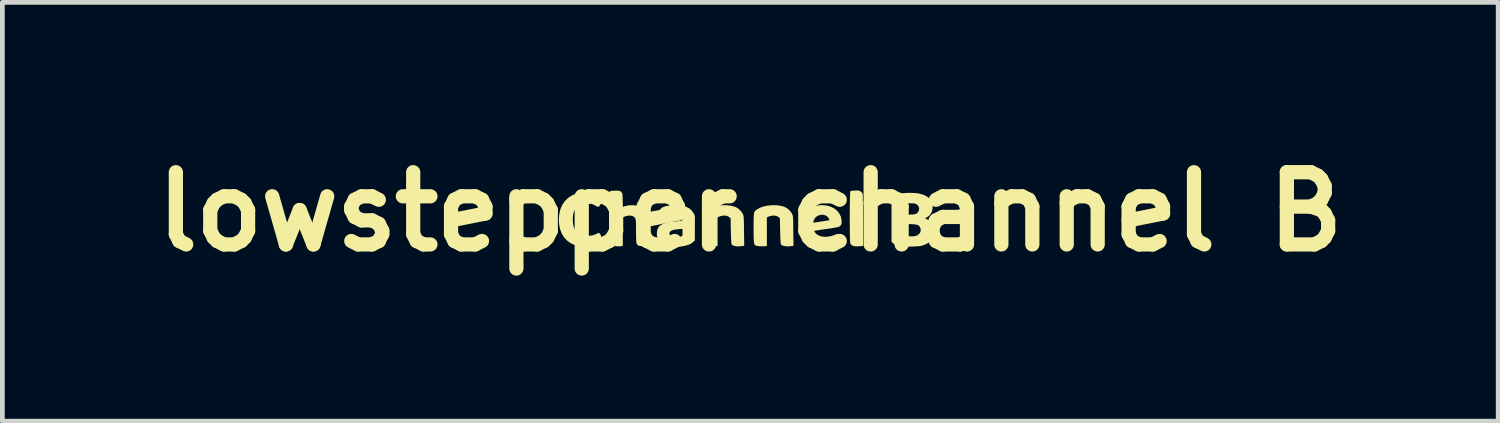
<source format=kicad_pcb>
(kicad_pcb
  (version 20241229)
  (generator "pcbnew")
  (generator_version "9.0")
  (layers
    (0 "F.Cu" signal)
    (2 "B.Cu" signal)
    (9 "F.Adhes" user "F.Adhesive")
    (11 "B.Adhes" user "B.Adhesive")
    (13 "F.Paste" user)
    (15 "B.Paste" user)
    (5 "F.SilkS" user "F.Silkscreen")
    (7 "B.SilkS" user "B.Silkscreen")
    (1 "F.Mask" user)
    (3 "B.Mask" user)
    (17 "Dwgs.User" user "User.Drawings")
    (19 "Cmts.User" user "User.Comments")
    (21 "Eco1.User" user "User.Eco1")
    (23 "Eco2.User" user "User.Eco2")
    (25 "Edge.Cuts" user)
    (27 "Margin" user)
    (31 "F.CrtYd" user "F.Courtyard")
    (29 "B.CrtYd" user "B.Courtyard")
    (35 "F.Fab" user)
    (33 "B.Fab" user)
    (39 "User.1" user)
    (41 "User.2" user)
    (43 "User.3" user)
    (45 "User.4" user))
  (footprint "lowstepper channel B"
    (layer "F.Cu")
    (at 12.78 1.418)
    (property "Reference" "lowstepper channel B" (at 0 0 0) (layer "F.SilkS") (effects (font (size 1.524 1.524) (thickness 0.3))))
    (attr board_only exclude_from_pos_files exclude_from_bom)
    (fp_poly (pts (xy 2.282 -0.448) (xy 2.303 -0.443) (xy 2.321 -0.434) (xy 2.33 -0.428) (xy 2.353 -0.407) (xy 2.369 -0.385) (xy 2.371 -0.38) (xy 2.372 -0.365) (xy 2.374 -0.333) (xy 2.375 -0.284) (xy 2.376 -0.221) (xy 2.377 -0.146) (xy 2.378 -0.061) (xy 2.378 0.033) (xy 2.379 0.133) (xy 2.379 0.181) (xy 2.38 0.717) (xy 2.342 0.724) (xy 2.309 0.727) (xy 2.269 0.729) (xy 2.229 0.729) (xy 2.196 0.726) (xy 2.18 0.723) (xy 2.141 0.706) (xy 2.118 0.683) (xy 2.11 0.667) (xy 2.108 0.65) (xy 2.106 0.616) (xy 2.104 0.567) (xy 2.102 0.505) (xy 2.101 0.433) (xy 2.1 0.353) (xy 2.1 0.267) (xy 2.099 0.177) (xy 2.099 0.085) (xy 2.1 -0.005) (xy 2.1 -0.093) (xy 2.101 -0.175) (xy 2.103 -0.25) (xy 2.104 -0.316) (xy 2.106 -0.369) (xy 2.108 -0.408) (xy 2.111 -0.431) (xy 2.112 -0.436) (xy 2.128 -0.44) (xy 2.157 -0.444) (xy 2.196 -0.447) (xy 2.21 -0.448) (xy 2.253 -0.449)) (stroke (width 0) (type solid)) (fill yes) (layer "F.SilkS"))
    (fp_poly (pts (xy -0.416 -0.129) (xy -0.337 -0.11) (xy -0.29 -0.09) (xy -0.236 -0.053) (xy -0.189 -0.004) (xy -0.156 0.049) (xy -0.15 0.063) (xy -0.146 0.078) (xy -0.142 0.096) (xy -0.139 0.12) (xy -0.137 0.152) (xy -0.135 0.194) (xy -0.134 0.249) (xy -0.133 0.32) (xy -0.132 0.406) (xy -0.128 0.717) (xy -0.167 0.723) (xy -0.231 0.73) (xy -0.29 0.729) (xy -0.339 0.72) (xy -0.375 0.705) (xy -0.393 0.686) (xy -0.397 0.67) (xy -0.401 0.637) (xy -0.404 0.586) (xy -0.407 0.518) (xy -0.409 0.43) (xy -0.41 0.403) (xy -0.415 0.14) (xy -0.442 0.113) (xy -0.476 0.092) (xy -0.521 0.081) (xy -0.572 0.081) (xy -0.623 0.091) (xy -0.644 0.098) (xy -0.69 0.119) (xy -0.69 0.718) (xy -0.713 0.724) (xy -0.74 0.728) (xy -0.781 0.729) (xy -0.826 0.728) (xy -0.869 0.725) (xy -0.902 0.72) (xy -0.907 0.719) (xy -0.924 0.713) (xy -0.937 0.706) (xy -0.948 0.694) (xy -0.956 0.677) (xy -0.961 0.652) (xy -0.965 0.616) (xy -0.968 0.569) (xy -0.969 0.507) (xy -0.97 0.429) (xy -0.97 0.345) (xy -0.97 0.253) (xy -0.969 0.179) (xy -0.968 0.121) (xy -0.966 0.076) (xy -0.962 0.042) (xy -0.956 0.016) (xy -0.948 -0.003) (xy -0.938 -0.018) (xy -0.924 -0.031) (xy -0.907 -0.044) (xy -0.845 -0.081) (xy -0.769 -0.109) (xy -0.684 -0.128) (xy -0.594 -0.138) (xy -0.503 -0.139)) (stroke (width 0) (type solid)) (fill yes) (layer "F.SilkS"))
    (fp_poly (pts (xy 0.624 -0.129) (xy 0.703 -0.11) (xy 0.75 -0.09) (xy 0.804 -0.053) (xy 0.851 -0.004) (xy 0.884 0.049) (xy 0.89 0.063) (xy 0.894 0.078) (xy 0.898 0.096) (xy 0.901 0.12) (xy 0.903 0.152) (xy 0.905 0.194) (xy 0.906 0.249) (xy 0.907 0.32) (xy 0.908 0.406) (xy 0.912 0.717) (xy 0.873 0.723) (xy 0.809 0.73) (xy 0.75 0.729) (xy 0.701 0.72) (xy 0.665 0.705) (xy 0.647 0.686) (xy 0.643 0.67) (xy 0.639 0.637) (xy 0.636 0.586) (xy 0.633 0.518) (xy 0.631 0.43) (xy 0.63 0.403) (xy 0.625 0.14) (xy 0.598 0.113) (xy 0.564 0.092) (xy 0.519 0.081) (xy 0.468 0.081) (xy 0.417 0.091) (xy 0.396 0.098) (xy 0.35 0.119) (xy 0.35 0.718) (xy 0.328 0.724) (xy 0.3 0.728) (xy 0.259 0.729) (xy 0.214 0.728) (xy 0.171 0.725) (xy 0.138 0.72) (xy 0.133 0.719) (xy 0.116 0.713) (xy 0.103 0.706) (xy 0.092 0.694) (xy 0.084 0.677) (xy 0.079 0.652) (xy 0.075 0.616) (xy 0.072 0.569) (xy 0.071 0.507) (xy 0.07 0.429) (xy 0.07 0.345) (xy 0.07 0.253) (xy 0.071 0.179) (xy 0.072 0.121) (xy 0.074 0.076) (xy 0.078 0.042) (xy 0.084 0.016) (xy 0.092 -0.003) (xy 0.102 -0.018) (xy 0.116 -0.031) (xy 0.133 -0.044) (xy 0.195 -0.081) (xy 0.271 -0.109) (xy 0.356 -0.128) (xy 0.446 -0.138) (xy 0.537 -0.139)) (stroke (width 0) (type solid)) (fill yes) (layer "F.SilkS"))
    (fp_poly (pts (xy -3.45 -0.407) (xy -3.37 -0.4) (xy -3.306 -0.388) (xy -3.254 -0.37) (xy -3.21 -0.345) (xy -3.17 -0.307) (xy -3.147 -0.263) (xy -3.141 -0.215) (xy -3.151 -0.168) (xy -3.18 -0.125) (xy -3.189 -0.116) (xy -3.2 -0.107) (xy -3.21 -0.104) (xy -3.225 -0.108) (xy -3.249 -0.119) (xy -3.282 -0.136) (xy -3.319 -0.155) (xy -3.347 -0.166) (xy -3.374 -0.172) (xy -3.407 -0.174) (xy -3.445 -0.174) (xy -3.515 -0.17) (xy -3.572 -0.156) (xy -3.619 -0.13) (xy -3.663 -0.09) (xy -3.67 -0.083) (xy -3.703 -0.038) (xy -3.726 0.012) (xy -3.739 0.07) (xy -3.745 0.141) (xy -3.745 0.165) (xy -3.741 0.242) (xy -3.73 0.305) (xy -3.71 0.356) (xy -3.679 0.402) (xy -3.674 0.408) (xy -3.624 0.453) (xy -3.561 0.484) (xy -3.49 0.503) (xy -3.415 0.508) (xy -3.339 0.5) (xy -3.266 0.477) (xy -3.231 0.459) (xy -3.206 0.448) (xy -3.186 0.45) (xy -3.169 0.467) (xy -3.151 0.501) (xy -3.148 0.508) (xy -3.133 0.56) (xy -3.137 0.607) (xy -3.159 0.647) (xy -3.198 0.68) (xy -3.253 0.706) (xy -3.325 0.724) (xy -3.412 0.734) (xy -3.44 0.735) (xy -3.489 0.736) (xy -3.534 0.736) (xy -3.568 0.735) (xy -3.585 0.734) (xy -3.689 0.709) (xy -3.781 0.668) (xy -3.86 0.613) (xy -3.925 0.544) (xy -3.977 0.462) (xy -4.013 0.367) (xy -4.034 0.262) (xy -4.04 0.17) (xy -4.031 0.054) (xy -4.007 -0.05) (xy -3.967 -0.143) (xy -3.913 -0.224) (xy -3.845 -0.291) (xy -3.765 -0.344) (xy -3.674 -0.381) (xy -3.572 -0.403) (xy -3.46 -0.407)) (stroke (width 0) (type solid)) (fill yes) (layer "F.SilkS"))
    (fp_poly (pts (xy -1.529 -0.137) (xy -1.462 -0.131) (xy -1.429 -0.126) (xy -1.348 -0.102) (xy -1.283 -0.069) (xy -1.233 -0.024) (xy -1.196 0.033) (xy -1.194 0.035) (xy -1.168 0.089) (xy -1.169 0.347) (xy -1.17 0.605) (xy -1.208 0.641) (xy -1.255 0.675) (xy -1.318 0.702) (xy -1.393 0.722) (xy -1.475 0.736) (xy -1.561 0.741) (xy -1.648 0.737) (xy -1.728 0.725) (xy -1.811 0.7) (xy -1.876 0.666) (xy -1.924 0.622) (xy -1.955 0.567) (xy -1.97 0.502) (xy -1.971 0.469) (xy -1.971 0.463) (xy -1.706 0.463) (xy -1.701 0.478) (xy -1.685 0.503) (xy -1.659 0.521) (xy -1.63 0.534) (xy -1.609 0.537) (xy -1.575 0.537) (xy -1.535 0.535) (xy -1.496 0.53) (xy -1.466 0.524) (xy -1.458 0.521) (xy -1.443 0.515) (xy -1.435 0.506) (xy -1.431 0.489) (xy -1.43 0.46) (xy -1.43 0.435) (xy -1.43 0.36) (xy -1.508 0.367) (xy -1.575 0.374) (xy -1.626 0.384) (xy -1.662 0.397) (xy -1.686 0.414) (xy -1.693 0.422) (xy -1.706 0.444) (xy -1.706 0.463) (xy -1.971 0.463) (xy -1.968 0.415) (xy -1.959 0.374) (xy -1.942 0.338) (xy -1.929 0.318) (xy -1.896 0.287) (xy -1.848 0.259) (xy -1.788 0.236) (xy -1.72 0.22) (xy -1.685 0.215) (xy -1.599 0.206) (xy -1.531 0.199) (xy -1.481 0.192) (xy -1.45 0.187) (xy -1.438 0.184) (xy -1.433 0.17) (xy -1.439 0.148) (xy -1.454 0.123) (xy -1.462 0.113) (xy -1.493 0.093) (xy -1.539 0.079) (xy -1.596 0.072) (xy -1.66 0.073) (xy -1.727 0.082) (xy -1.795 0.098) (xy -1.8 0.099) (xy -1.834 0.11) (xy -1.859 0.117) (xy -1.872 0.12) (xy -1.872 0.12) (xy -1.881 0.112) (xy -1.895 0.093) (xy -1.899 0.086) (xy -1.918 0.039) (xy -1.918 -0.007) (xy -1.9 -0.05) (xy -1.866 -0.085) (xy -1.847 -0.096) (xy -1.803 -0.113) (xy -1.744 -0.126) (xy -1.675 -0.134) (xy -1.602 -0.138)) (stroke (width 0) (type solid)) (fill yes) (layer "F.SilkS"))
    (fp_poly (pts (xy -2.799 -0.445) (xy -2.77 -0.443) (xy -2.751 -0.438) (xy -2.736 -0.43) (xy -2.723 -0.417) (xy -2.712 -0.406) (xy -2.704 -0.394) (xy -2.699 -0.379) (xy -2.696 -0.356) (xy -2.694 -0.323) (xy -2.692 -0.275) (xy -2.692 -0.246) (xy -2.689 -0.103) (xy -2.627 -0.122) (xy -2.558 -0.136) (xy -2.481 -0.139) (xy -2.403 -0.131) (xy -2.332 -0.113) (xy -2.31 -0.104) (xy -2.256 -0.072) (xy -2.207 -0.03) (xy -2.169 0.019) (xy -2.15 0.056) (xy -2.146 0.074) (xy -2.142 0.102) (xy -2.139 0.142) (xy -2.137 0.195) (xy -2.135 0.265) (xy -2.133 0.351) (xy -2.133 0.407) (xy -2.129 0.719) (xy -2.165 0.726) (xy -2.201 0.729) (xy -2.244 0.729) (xy -2.289 0.726) (xy -2.33 0.721) (xy -2.36 0.713) (xy -2.367 0.709) (xy -2.387 0.69) (xy -2.4 0.666) (xy -2.403 0.648) (xy -2.406 0.612) (xy -2.408 0.563) (xy -2.409 0.502) (xy -2.41 0.433) (xy -2.41 0.401) (xy -2.411 0.321) (xy -2.412 0.259) (xy -2.413 0.211) (xy -2.417 0.176) (xy -2.423 0.15) (xy -2.431 0.132) (xy -2.442 0.118) (xy -2.456 0.106) (xy -2.466 0.099) (xy -2.502 0.085) (xy -2.55 0.08) (xy -2.6 0.085) (xy -2.647 0.1) (xy -2.647 0.1) (xy -2.69 0.119) (xy -2.69 0.718) (xy -2.712 0.724) (xy -2.749 0.729) (xy -2.795 0.73) (xy -2.842 0.727) (xy -2.884 0.721) (xy -2.91 0.712) (xy -2.943 0.687) (xy -2.957 0.66) (xy -2.96 0.645) (xy -2.962 0.617) (xy -2.964 0.575) (xy -2.966 0.519) (xy -2.967 0.447) (xy -2.968 0.359) (xy -2.969 0.253) (xy -2.969 0.127) (xy -2.969 0.097) (xy -2.97 -0.019) (xy -2.969 -0.117) (xy -2.969 -0.199) (xy -2.969 -0.265) (xy -2.968 -0.317) (xy -2.967 -0.358) (xy -2.966 -0.388) (xy -2.964 -0.409) (xy -2.962 -0.423) (xy -2.959 -0.432) (xy -2.955 -0.436) (xy -2.953 -0.438) (xy -2.935 -0.441) (xy -2.903 -0.443) (xy -2.863 -0.445) (xy -2.843 -0.445)) (stroke (width 0) (type solid)) (fill yes) (layer "F.SilkS"))
    (fp_poly (pts (xy 1.611 -0.132) (xy 1.695 -0.109) (xy 1.769 -0.072) (xy 1.831 -0.023) (xy 1.879 0.037) (xy 1.912 0.106) (xy 1.927 0.184) (xy 1.927 0.185) (xy 1.928 0.235) (xy 1.918 0.272) (xy 1.896 0.3) (xy 1.877 0.314) (xy 1.861 0.32) (xy 1.827 0.328) (xy 1.779 0.337) (xy 1.72 0.347) (xy 1.652 0.357) (xy 1.635 0.359) (xy 1.553 0.371) (xy 1.488 0.38) (xy 1.438 0.387) (xy 1.403 0.393) (xy 1.378 0.397) (xy 1.363 0.4) (xy 1.354 0.404) (xy 1.351 0.407) (xy 1.35 0.41) (xy 1.35 0.41) (xy 1.356 0.423) (xy 1.372 0.444) (xy 1.385 0.459) (xy 1.43 0.494) (xy 1.487 0.517) (xy 1.555 0.528) (xy 1.629 0.527) (xy 1.707 0.513) (xy 1.784 0.487) (xy 1.833 0.466) (xy 1.861 0.498) (xy 1.882 0.527) (xy 1.889 0.559) (xy 1.89 0.575) (xy 1.881 0.622) (xy 1.853 0.662) (xy 1.806 0.695) (xy 1.772 0.711) (xy 1.727 0.723) (xy 1.668 0.732) (xy 1.601 0.737) (xy 1.533 0.737) (xy 1.469 0.734) (xy 1.415 0.726) (xy 1.414 0.726) (xy 1.321 0.696) (xy 1.242 0.652) (xy 1.177 0.594) (xy 1.127 0.523) (xy 1.093 0.44) (xy 1.078 0.37) (xy 1.071 0.269) (xy 1.077 0.226) (xy 1.33 0.226) (xy 1.332 0.228) (xy 1.338 0.229) (xy 1.352 0.228) (xy 1.376 0.225) (xy 1.412 0.219) (xy 1.464 0.211) (xy 1.504 0.205) (xy 1.558 0.197) (xy 1.604 0.189) (xy 1.64 0.183) (xy 1.662 0.178) (xy 1.666 0.177) (xy 1.667 0.163) (xy 1.657 0.142) (xy 1.64 0.117) (xy 1.621 0.097) (xy 1.576 0.072) (xy 1.524 0.062) (xy 1.469 0.068) (xy 1.417 0.089) (xy 1.385 0.111) (xy 1.359 0.143) (xy 1.339 0.182) (xy 1.33 0.219) (xy 1.33 0.223) (xy 1.33 0.226) (xy 1.077 0.226) (xy 1.083 0.176) (xy 1.111 0.093) (xy 1.155 0.02) (xy 1.213 -0.04) (xy 1.284 -0.087) (xy 1.368 -0.12) (xy 1.464 -0.138) (xy 1.518 -0.14)) (stroke (width 0) (type solid)) (fill yes) (layer "F.SilkS"))
    (fp_poly (pts (xy 3.441 -0.397) (xy 3.509 -0.392) (xy 3.55 -0.386) (xy 3.643 -0.362) (xy 3.718 -0.328) (xy 3.776 -0.285) (xy 3.816 -0.231) (xy 3.835 -0.186) (xy 3.848 -0.113) (xy 3.844 -0.044) (xy 3.823 0.018) (xy 3.786 0.071) (xy 3.734 0.113) (xy 3.721 0.119) (xy 3.686 0.138) (xy 3.737 0.163) (xy 3.799 0.205) (xy 3.846 0.258) (xy 3.875 0.321) (xy 3.887 0.392) (xy 3.885 0.443) (xy 3.868 0.517) (xy 3.837 0.58) (xy 3.791 0.631) (xy 3.729 0.673) (xy 3.65 0.707) (xy 3.615 0.717) (xy 3.585 0.723) (xy 3.54 0.727) (xy 3.484 0.731) (xy 3.422 0.734) (xy 3.358 0.736) (xy 3.296 0.736) (xy 3.242 0.736) (xy 3.199 0.733) (xy 3.18 0.731) (xy 3.119 0.718) (xy 3.074 0.704) (xy 3.041 0.687) (xy 3.015 0.667) (xy 3.013 0.665) (xy 2.98 0.632) (xy 2.98 0.438) (xy 3.25 0.438) (xy 3.251 0.475) (xy 3.257 0.499) (xy 3.271 0.511) (xy 3.295 0.517) (xy 3.334 0.518) (xy 3.38 0.519) (xy 3.432 0.518) (xy 3.471 0.514) (xy 3.501 0.507) (xy 3.517 0.5) (xy 3.559 0.472) (xy 3.586 0.435) (xy 3.597 0.392) (xy 3.591 0.347) (xy 3.573 0.312) (xy 3.553 0.292) (xy 3.525 0.277) (xy 3.487 0.268) (xy 3.436 0.263) (xy 3.368 0.261) (xy 3.25 0.26) (xy 3.25 0.384) (xy 3.25 0.438) (xy 2.98 0.438) (xy 2.98 0.158) (xy 2.98 0.06) (xy 3.249 0.06) (xy 3.343 0.06) (xy 3.389 0.059) (xy 3.429 0.058) (xy 3.459 0.055) (xy 3.467 0.054) (xy 3.51 0.037) (xy 3.54 0.008) (xy 3.558 -0.028) (xy 3.563 -0.068) (xy 3.553 -0.107) (xy 3.53 -0.142) (xy 3.5 -0.163) (xy 3.479 -0.171) (xy 3.453 -0.176) (xy 3.418 -0.178) (xy 3.368 -0.178) (xy 3.36 -0.178) (xy 3.255 -0.175) (xy 3.252 -0.058) (xy 3.249 0.06) (xy 2.98 0.06) (xy 2.98 0.045) (xy 2.98 -0.05) (xy 2.98 -0.128) (xy 2.981 -0.191) (xy 2.983 -0.241) (xy 2.986 -0.279) (xy 2.991 -0.307) (xy 2.999 -0.328) (xy 3.008 -0.342) (xy 3.02 -0.352) (xy 3.036 -0.358) (xy 3.055 -0.363) (xy 3.077 -0.369) (xy 3.087 -0.372) (xy 3.141 -0.383) (xy 3.209 -0.391) (xy 3.285 -0.397) (xy 3.364 -0.399)) (stroke (width 0) (type solid)) (fill yes) (layer "F.SilkS")))
  (gr_rect
    (start -3 -3)
    (end 28.56 5.836)
    (stroke (width 0.1) (type default))
    (fill no)
    (layer "Edge.Cuts")))
</source>
